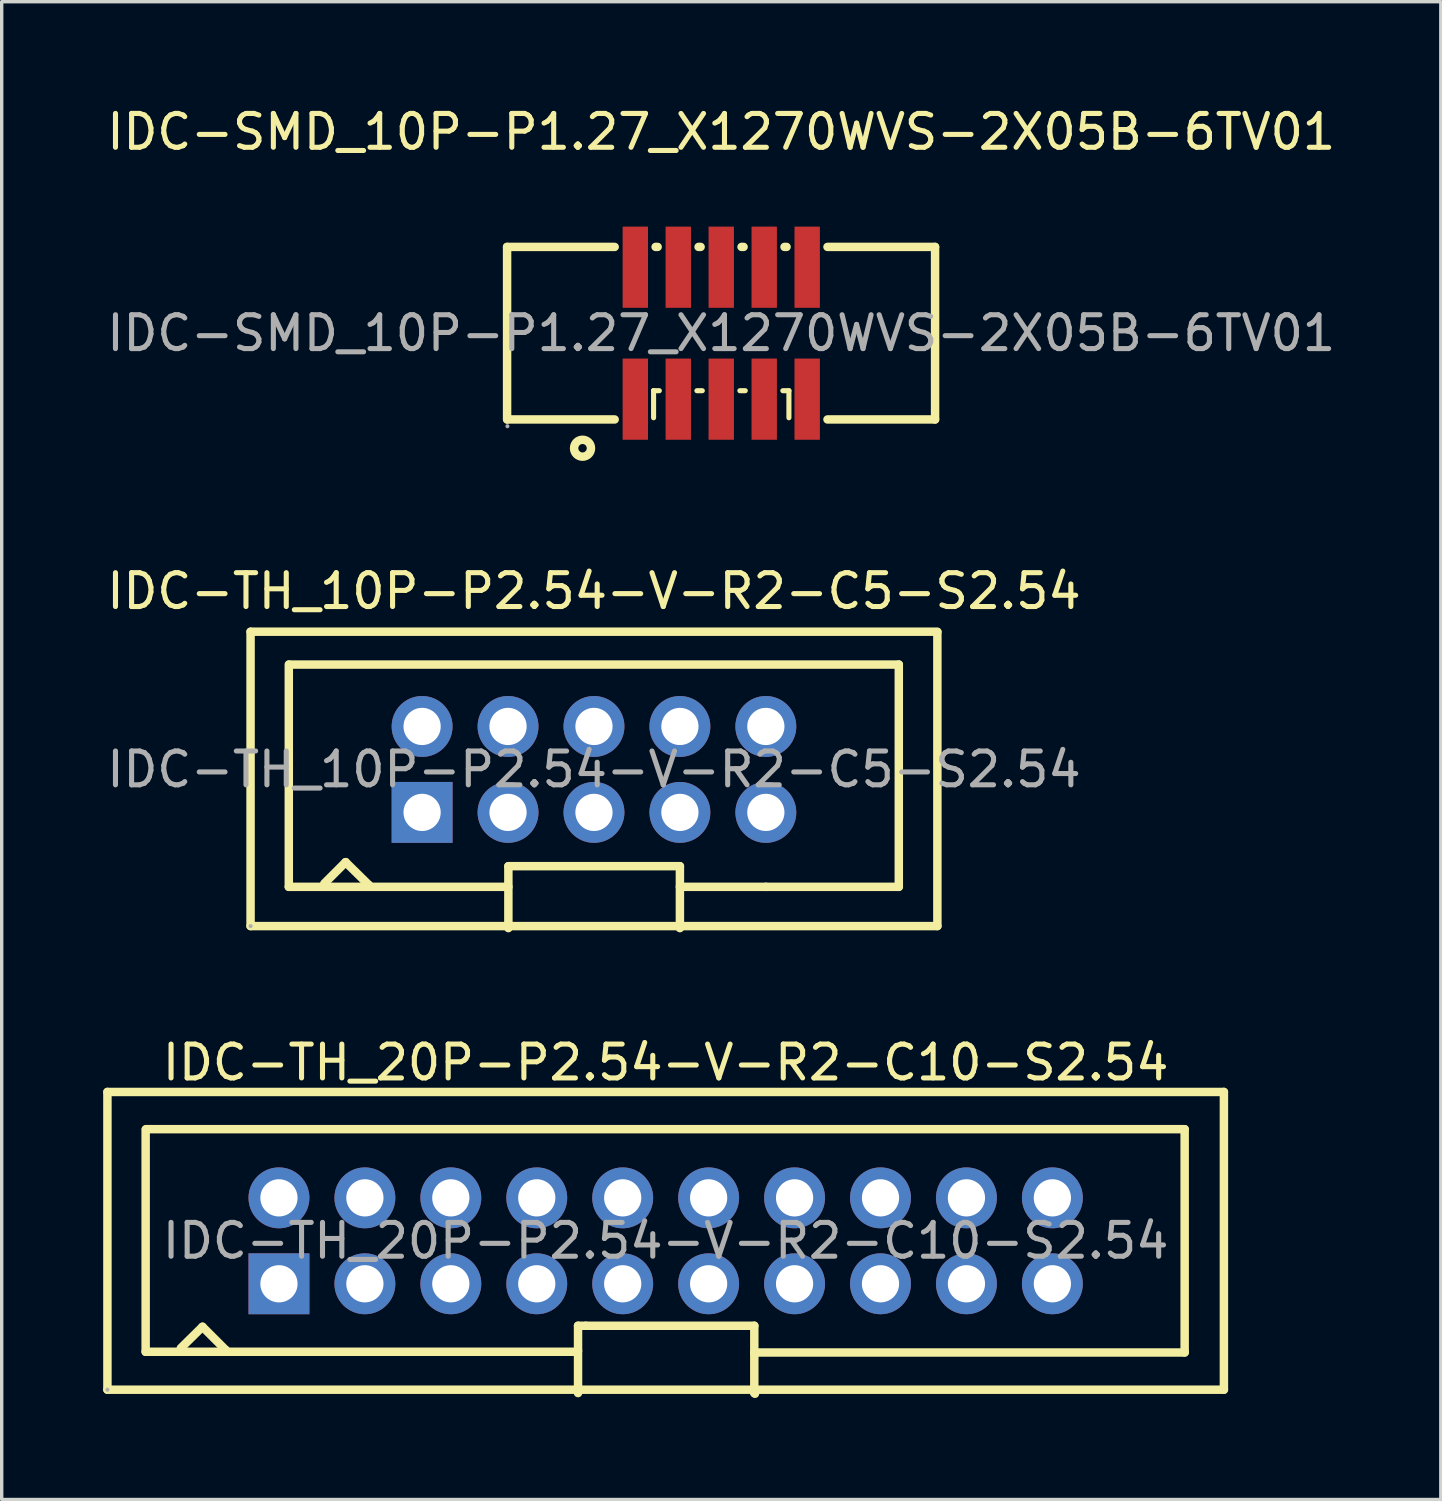
<source format=kicad_pcb>
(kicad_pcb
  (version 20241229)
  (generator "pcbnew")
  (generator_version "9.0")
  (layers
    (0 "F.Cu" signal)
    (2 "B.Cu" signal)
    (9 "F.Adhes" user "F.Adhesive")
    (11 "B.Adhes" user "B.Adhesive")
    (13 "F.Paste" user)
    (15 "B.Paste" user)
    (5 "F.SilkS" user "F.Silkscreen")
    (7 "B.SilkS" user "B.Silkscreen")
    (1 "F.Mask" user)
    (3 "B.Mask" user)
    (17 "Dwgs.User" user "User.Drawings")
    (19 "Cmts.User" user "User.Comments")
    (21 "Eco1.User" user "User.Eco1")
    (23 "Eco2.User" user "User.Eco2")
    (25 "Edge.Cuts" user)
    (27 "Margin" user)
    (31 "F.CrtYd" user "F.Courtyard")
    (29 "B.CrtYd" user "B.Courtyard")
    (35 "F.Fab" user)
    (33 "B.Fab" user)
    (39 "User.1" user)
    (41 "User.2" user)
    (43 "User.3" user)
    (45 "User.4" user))
  (footprint "IDC-TH_10P-P2.54-V-R2-C5-S2.54"
    (layer "F.Cu")
    (at 14.506 19.692)
    (property "Reference" "IDC-TH_10P-P2.54-V-R2-C5-S2.54" (at 0 -5.27 0) (layer "F.SilkS") (effects (font (size 1 1) (thickness 0.15))))
    (attr smd)
    (fp_line (start -10.15 -4.07) (end -10.15 4.63) (stroke (width 0.25) (type solid)) (layer "F.SilkS"))
    (fp_line (start -10.15 4.63) (end 10.15 4.63) (stroke (width 0.25) (type solid)) (layer "F.SilkS"))
    (fp_line (start -9.02 3.47) (end -9.02 -3.1) (stroke (width 0.25) (type solid)) (layer "F.SilkS"))
    (fp_line (start -9.02 3.47) (end -2.53 3.47) (stroke (width 0.25) (type solid)) (layer "F.SilkS"))
    (fp_line (start -9.01 -3.1) (end 9.01 -3.1) (stroke (width 0.25) (type solid)) (layer "F.SilkS"))
    (fp_line (start -7.97 3.37) (end -7.34 2.74) (stroke (width 0.25) (type solid)) (layer "F.SilkS"))
    (fp_line (start -7.34 2.74) (end -6.65 3.42) (stroke (width 0.25) (type solid)) (layer "F.SilkS"))
    (fp_line (start -6.65 3.42) (end -6.65 3.45) (stroke (width 0.25) (type solid)) (layer "F.SilkS"))
    (fp_line (start -2.53 2.86) (end 2.54 2.86) (stroke (width 0.25) (type solid)) (layer "F.SilkS"))
    (fp_line (start -2.53 4.69) (end -2.53 2.86) (stroke (width 0.25) (type solid)) (layer "F.SilkS"))
    (fp_line (start 2.54 2.86) (end 2.54 4.69) (stroke (width 0.25) (type solid)) (layer "F.SilkS"))
    (fp_line (start 5.08 3.47) (end 2.54 3.47) (stroke (width 0.25) (type solid)) (layer "F.SilkS"))
    (fp_line (start 9.01 -3.1) (end 9.01 3.47) (stroke (width 0.25) (type solid)) (layer "F.SilkS"))
    (fp_line (start 9.01 3.47) (end 5.08 3.47) (stroke (width 0.25) (type solid)) (layer "F.SilkS"))
    (fp_line (start 10.15 -4.07) (end -10.15 -4.07) (stroke (width 0.25) (type solid)) (layer "F.SilkS"))
    (fp_line (start 10.15 4.63) (end 10.15 -4.06) (stroke (width 0.25) (type solid)) (layer "F.SilkS"))
    (fp_circle (center -10.15 4.63) (end -10.12 4.63) (stroke (width 0.06) (type solid)) (fill no) (layer "F.Fab"))
    (fp_text user "${REFERENCE}" (at 0 0 0) (layer "F.Fab") (effects (font (size 1 1) (thickness 0.15))))
    (pad "1" thru_hole rect (at -5.08 1.27) (size 1.8 1.8) (drill 1.1) (layers "*.Cu" "*.Paste" "*.Mask"))
    (pad "2" thru_hole circle (at -5.08 -1.27) (size 1.8 1.8) (drill 1.1) (layers "*.Cu" "*.Paste" "*.Mask"))
    (pad "3" thru_hole circle (at -2.54 1.27) (size 1.8 1.8) (drill 1.1) (layers "*.Cu" "*.Paste" "*.Mask"))
    (pad "4" thru_hole circle (at -2.54 -1.27) (size 1.8 1.8) (drill 1.1) (layers "*.Cu" "*.Paste" "*.Mask"))
    (pad "5" thru_hole circle (at 0 1.27) (size 1.8 1.8) (drill 1.1) (layers "*.Cu" "*.Paste" "*.Mask"))
    (pad "6" thru_hole circle (at 0 -1.27) (size 1.8 1.8) (drill 1.1) (layers "*.Cu" "*.Paste" "*.Mask"))
    (pad "7" thru_hole circle (at 2.54 1.27) (size 1.8 1.8) (drill 1.1) (layers "*.Cu" "*.Paste" "*.Mask"))
    (pad "8" thru_hole circle (at 2.54 -1.27) (size 1.8 1.8) (drill 1.1) (layers "*.Cu" "*.Paste" "*.Mask"))
    (pad "9" thru_hole circle (at 5.08 1.27) (size 1.8 1.8) (drill 1.1) (layers "*.Cu" "*.Paste" "*.Mask"))
    (pad "10" thru_hole circle (at 5.08 -1.27) (size 1.8 1.8) (drill 1.1) (layers "*.Cu" "*.Paste" "*.Mask")))
  (footprint "IDC-SMD_10P-P1.27_X1270WVS-2X05B-6TV01"
    (layer "F.Cu")
    (at 18.268 6.798)
    (property "Reference" "IDC-SMD_10P-P1.27_X1270WVS-2X05B-6TV01" (at 0 -5.95 0) (layer "F.SilkS") (effects (font (size 1 1) (thickness 0.15))))
    (attr smd)
    (fp_line (start -6.33 -2.55) (end -3.15 -2.55) (stroke (width 0.25) (type solid)) (layer "F.SilkS"))
    (fp_line (start -6.33 2.55) (end -6.33 -2.55) (stroke (width 0.25) (type solid)) (layer "F.SilkS"))
    (fp_line (start -3.15 2.55) (end -6.32 2.55) (stroke (width 0.25) (type solid)) (layer "F.SilkS"))
    (fp_line (start -2 1.7) (end -2 1.7) (stroke (width 0.15) (type solid)) (layer "F.SilkS"))
    (fp_line (start -2 1.7) (end -1.83 1.7) (stroke (width 0.15) (type solid)) (layer "F.SilkS"))
    (fp_line (start -2 2.5) (end -2 1.7) (stroke (width 0.15) (type solid)) (layer "F.SilkS"))
    (fp_line (start -1.94 -2.55) (end -1.88 -2.55) (stroke (width 0.25) (type solid)) (layer "F.SilkS"))
    (fp_line (start -0.72 1.7) (end -0.56 1.7) (stroke (width 0.15) (type solid)) (layer "F.SilkS"))
    (fp_line (start -0.67 -2.55) (end -0.61 -2.55) (stroke (width 0.25) (type solid)) (layer "F.SilkS"))
    (fp_line (start 0.55 1.7) (end 0.71 1.7) (stroke (width 0.15) (type solid)) (layer "F.SilkS"))
    (fp_line (start 0.6 -2.55) (end 0.66 -2.55) (stroke (width 0.25) (type solid)) (layer "F.SilkS"))
    (fp_line (start 1.82 1.7) (end 2 1.7) (stroke (width 0.15) (type solid)) (layer "F.SilkS"))
    (fp_line (start 1.87 -2.55) (end 1.93 -2.55) (stroke (width 0.25) (type solid)) (layer "F.SilkS"))
    (fp_line (start 2 1.7) (end 2 2.5) (stroke (width 0.15) (type solid)) (layer "F.SilkS"))
    (fp_line (start 3.14 -2.55) (end 6.32 -2.55) (stroke (width 0.25) (type solid)) (layer "F.SilkS"))
    (fp_line (start 6.32 -2.55) (end 6.32 2.55) (stroke (width 0.25) (type solid)) (layer "F.SilkS"))
    (fp_line (start 6.32 2.55) (end 3.14 2.55) (stroke (width 0.25) (type solid)) (layer "F.SilkS"))
    (fp_circle (center -4.1 3.4) (end -3.85 3.4) (stroke (width 0.25) (type solid)) (fill no) (layer "F.SilkS"))
    (fp_circle (center -6.32 2.75) (end -6.29 2.75) (stroke (width 0.06) (type solid)) (fill no) (layer "F.Fab"))
    (fp_text user "${REFERENCE}" (at 0 0 0) (layer "F.Fab") (effects (font (size 1 1) (thickness 0.15))))
    (pad "1" smd rect (at -2.54 1.95) (size 0.75 2.4) (layers "F.Cu" "F.Mask" "F.Paste"))
    (pad "2" smd rect (at -2.54 -1.95) (size 0.75 2.4) (layers "F.Cu" "F.Mask" "F.Paste"))
    (pad "3" smd rect (at -1.27 1.95) (size 0.75 2.4) (layers "F.Cu" "F.Mask" "F.Paste"))
    (pad "4" smd rect (at -1.27 -1.95) (size 0.75 2.4) (layers "F.Cu" "F.Mask" "F.Paste"))
    (pad "5" smd rect (at 0 1.95) (size 0.75 2.4) (layers "F.Cu" "F.Mask" "F.Paste"))
    (pad "6" smd rect (at 0 -1.95) (size 0.75 2.4) (layers "F.Cu" "F.Mask" "F.Paste"))
    (pad "7" smd rect (at 1.27 1.95) (size 0.75 2.4) (layers "F.Cu" "F.Mask" "F.Paste"))
    (pad "8" smd rect (at 1.27 -1.95) (size 0.75 2.4) (layers "F.Cu" "F.Mask" "F.Paste"))
    (pad "9" smd rect (at 2.54 1.95) (size 0.75 2.4) (layers "F.Cu" "F.Mask" "F.Paste"))
    (pad "10" smd rect (at 2.54 -1.95) (size 0.75 2.4) (layers "F.Cu" "F.Mask" "F.Paste")))
  (footprint "IDC-TH_20P-P2.54-V-R2-C10-S2.54"
    (layer "F.Cu")
    (at 16.625 33.625)
    (property "Reference" "IDC-TH_20P-P2.54-V-R2-C10-S2.54" (at 0 -5.27 0) (layer "F.SilkS") (effects (font (size 1 1) (thickness 0.15))))
    (attr smd)
    (fp_line (start -16.5 -4.4) (end 16.5 -4.4) (stroke (width 0.25) (type solid)) (layer "F.SilkS"))
    (fp_line (start -16.5 4.4) (end -16.5 -4.4) (stroke (width 0.25) (type solid)) (layer "F.SilkS"))
    (fp_line (start -15.37 3.28) (end -15.37 -3.29) (stroke (width 0.25) (type solid)) (layer "F.SilkS"))
    (fp_line (start -15.37 3.28) (end -2.62 3.28) (stroke (width 0.25) (type solid)) (layer "F.SilkS"))
    (fp_line (start -15.36 -3.3) (end 15.34 -3.3) (stroke (width 0.25) (type solid)) (layer "F.SilkS"))
    (fp_line (start -14.33 3.17) (end -13.69 2.54) (stroke (width 0.25) (type solid)) (layer "F.SilkS"))
    (fp_line (start -13.69 2.54) (end -13 3.23) (stroke (width 0.25) (type solid)) (layer "F.SilkS"))
    (fp_line (start -13 3.23) (end -13 3.25) (stroke (width 0.25) (type solid)) (layer "F.SilkS"))
    (fp_line (start -2.62 3.28) (end -2.59 3.25) (stroke (width 0.25) (type solid)) (layer "F.SilkS"))
    (fp_line (start -2.59 2.51) (end -2.59 4.5) (stroke (width 0.25) (type solid)) (layer "F.SilkS"))
    (fp_line (start -2.59 2.51) (end -2.36 2.51) (stroke (width 0.25) (type solid)) (layer "F.SilkS"))
    (fp_line (start -2.36 2.51) (end 2.62 2.51) (stroke (width 0.25) (type solid)) (layer "F.SilkS"))
    (fp_line (start 2.62 2.51) (end 2.62 4.5) (stroke (width 0.25) (type solid)) (layer "F.SilkS"))
    (fp_line (start 2.62 3.3) (end 15.34 3.3) (stroke (width 0.25) (type solid)) (layer "F.SilkS"))
    (fp_line (start 2.62 3.33) (end 2.62 3.3) (stroke (width 0.25) (type solid)) (layer "F.SilkS"))
    (fp_line (start 2.62 4.5) (end 2.64 4.52) (stroke (width 0.25) (type solid)) (layer "F.SilkS"))
    (fp_line (start 15.34 -3.3) (end 15.34 3.27) (stroke (width 0.25) (type solid)) (layer "F.SilkS"))
    (fp_line (start 15.34 3.3) (end 15.34 3.28) (stroke (width 0.25) (type solid)) (layer "F.SilkS"))
    (fp_line (start 16.5 -4.4) (end 16.5 4.4) (stroke (width 0.25) (type solid)) (layer "F.SilkS"))
    (fp_line (start 16.5 4.4) (end -16.5 4.4) (stroke (width 0.25) (type solid)) (layer "F.SilkS"))
    (fp_circle (center -16.5 4.4) (end -16.47 4.4) (stroke (width 0.06) (type solid)) (fill no) (layer "F.Fab"))
    (fp_text user "${REFERENCE}" (at 0 0 0) (layer "F.Fab") (effects (font (size 1 1) (thickness 0.15))))
    (pad "1" thru_hole rect (at -11.43 1.27) (size 1.8 1.8) (drill 1.1) (layers "*.Cu" "*.Paste" "*.Mask"))
    (pad "2" thru_hole circle (at -11.43 -1.27) (size 1.8 1.8) (drill 1.1) (layers "*.Cu" "*.Paste" "*.Mask"))
    (pad "3" thru_hole circle (at -8.89 1.27) (size 1.8 1.8) (drill 1.1) (layers "*.Cu" "*.Paste" "*.Mask"))
    (pad "4" thru_hole circle (at -8.89 -1.27) (size 1.8 1.8) (drill 1.1) (layers "*.Cu" "*.Paste" "*.Mask"))
    (pad "5" thru_hole circle (at -6.35 1.27) (size 1.8 1.8) (drill 1.1) (layers "*.Cu" "*.Paste" "*.Mask"))
    (pad "6" thru_hole circle (at -6.35 -1.27) (size 1.8 1.8) (drill 1.1) (layers "*.Cu" "*.Paste" "*.Mask"))
    (pad "7" thru_hole circle (at -3.81 1.27) (size 1.8 1.8) (drill 1.1) (layers "*.Cu" "*.Paste" "*.Mask"))
    (pad "8" thru_hole circle (at -3.81 -1.27) (size 1.8 1.8) (drill 1.1) (layers "*.Cu" "*.Paste" "*.Mask"))
    (pad "9" thru_hole circle (at -1.27 1.27) (size 1.8 1.8) (drill 1.1) (layers "*.Cu" "*.Paste" "*.Mask"))
    (pad "10" thru_hole circle (at -1.27 -1.27) (size 1.8 1.8) (drill 1.1) (layers "*.Cu" "*.Paste" "*.Mask"))
    (pad "11" thru_hole circle (at 1.27 1.27) (size 1.8 1.8) (drill 1.1) (layers "*.Cu" "*.Paste" "*.Mask"))
    (pad "12" thru_hole circle (at 1.27 -1.27) (size 1.8 1.8) (drill 1.1) (layers "*.Cu" "*.Paste" "*.Mask"))
    (pad "13" thru_hole circle (at 3.81 1.27) (size 1.8 1.8) (drill 1.1) (layers "*.Cu" "*.Paste" "*.Mask"))
    (pad "14" thru_hole circle (at 3.81 -1.27) (size 1.8 1.8) (drill 1.1) (layers "*.Cu" "*.Paste" "*.Mask"))
    (pad "15" thru_hole circle (at 6.35 1.27) (size 1.8 1.8) (drill 1.1) (layers "*.Cu" "*.Paste" "*.Mask"))
    (pad "16" thru_hole circle (at 6.35 -1.27) (size 1.8 1.8) (drill 1.1) (layers "*.Cu" "*.Paste" "*.Mask"))
    (pad "17" thru_hole circle (at 8.89 1.27) (size 1.8 1.8) (drill 1.1) (layers "*.Cu" "*.Paste" "*.Mask"))
    (pad "18" thru_hole circle (at 8.89 -1.27) (size 1.8 1.8) (drill 1.1) (layers "*.Cu" "*.Paste" "*.Mask"))
    (pad "19" thru_hole circle (at 11.43 1.27) (size 1.8 1.8) (drill 1.1) (layers "*.Cu" "*.Paste" "*.Mask"))
    (pad "20" thru_hole circle (at 11.43 -1.27) (size 1.8 1.8) (drill 1.1) (layers "*.Cu" "*.Paste" "*.Mask")))
  (gr_rect
    (start -3 -3)
    (end 39.536 41.27)
    (stroke (width 0.1) (type default))
    (fill no)
    (layer "Edge.Cuts")))
</source>
